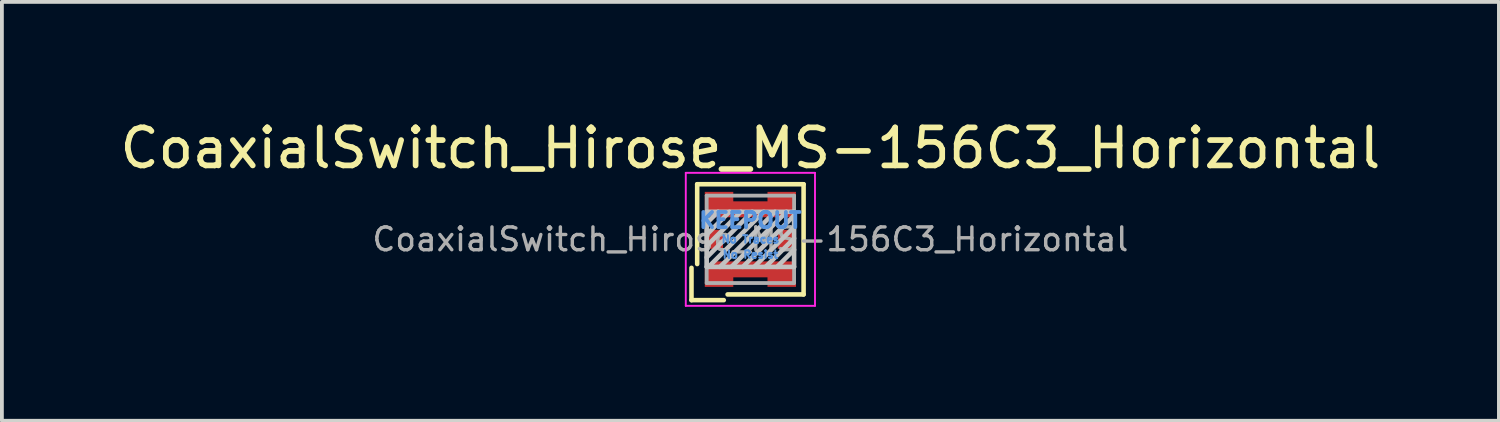
<source format=kicad_pcb>
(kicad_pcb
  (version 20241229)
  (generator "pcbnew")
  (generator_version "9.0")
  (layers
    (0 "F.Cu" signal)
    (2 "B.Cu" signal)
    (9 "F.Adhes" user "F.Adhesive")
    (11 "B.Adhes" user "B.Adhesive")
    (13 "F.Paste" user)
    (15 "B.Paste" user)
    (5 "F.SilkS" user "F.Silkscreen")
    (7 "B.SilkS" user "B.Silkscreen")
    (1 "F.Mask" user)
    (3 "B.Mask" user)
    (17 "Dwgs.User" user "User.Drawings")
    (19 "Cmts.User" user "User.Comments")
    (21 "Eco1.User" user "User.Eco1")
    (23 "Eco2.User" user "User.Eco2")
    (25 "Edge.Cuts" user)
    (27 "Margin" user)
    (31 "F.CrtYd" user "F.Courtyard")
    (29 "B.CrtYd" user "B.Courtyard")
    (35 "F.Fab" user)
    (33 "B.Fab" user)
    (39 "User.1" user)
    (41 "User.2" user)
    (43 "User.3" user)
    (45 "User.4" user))
  (footprint "CoaxialSwitch_Hirose_MS-156C3_Horizontal"
    (layer "F.Cu")
    (at 16.696 3.248)
    (property "Reference" "CoaxialSwitch_Hirose_MS-156C3_Horizontal" (at 0 -2.4 180) (layer "F.SilkS") (effects (font (size 1 1) (thickness 0.15))))
    (attr smd)
    (fp_line (start -1.55 0.75) (end -1.55 1.6) (stroke (width 0.12) (type solid)) (layer "F.SilkS"))
    (fp_line (start -1.55 1.6) (end -0.7 1.6) (stroke (width 0.12) (type solid)) (layer "F.SilkS"))
    (fp_line (start -1.4 -1.45) (end -1.4 0.65) (stroke (width 0.12) (type solid)) (layer "F.SilkS"))
    (fp_line (start -1.4 -1.45) (end 1.4 -1.45) (stroke (width 0.12) (type solid)) (layer "F.SilkS"))
    (fp_line (start 1.4 -1.45) (end 1.4 1.45) (stroke (width 0.12) (type solid)) (layer "F.SilkS"))
    (fp_line (start 1.4 1.45) (end -0.6 1.45) (stroke (width 0.12) (type solid)) (layer "F.SilkS"))
    (fp_line (start -1.15 -0.725) (end 1.15 -0.725) (stroke (width 0.12) (type solid)) (layer "Dwgs.User"))
    (fp_line (start -1.15 0.725) (end -1.15 -0.725) (stroke (width 0.12) (type solid)) (layer "Dwgs.User"))
    (fp_line (start -0.85 -0.725) (end -1.15 -0.425) (stroke (width 0.12) (type solid)) (layer "Dwgs.User"))
    (fp_line (start -0.55 -0.725) (end -1.15 -0.125) (stroke (width 0.12) (type solid)) (layer "Dwgs.User"))
    (fp_line (start -0.25 -0.725) (end -1.15 0.175) (stroke (width 0.12) (type solid)) (layer "Dwgs.User"))
    (fp_line (start 0.05 -0.725) (end -1.15 0.475) (stroke (width 0.12) (type solid)) (layer "Dwgs.User"))
    (fp_line (start 0.35 -0.725) (end -1.1 0.725) (stroke (width 0.12) (type solid)) (layer "Dwgs.User"))
    (fp_line (start 0.65 -0.725) (end -0.8 0.725) (stroke (width 0.12) (type solid)) (layer "Dwgs.User"))
    (fp_line (start 0.95 -0.725) (end -0.5 0.725) (stroke (width 0.12) (type solid)) (layer "Dwgs.User"))
    (fp_line (start 1.15 -0.725) (end 1.15 0.725) (stroke (width 0.12) (type solid)) (layer "Dwgs.User"))
    (fp_line (start 1.15 -0.625) (end -0.2 0.725) (stroke (width 0.12) (type solid)) (layer "Dwgs.User"))
    (fp_line (start 1.15 -0.325) (end 0.1 0.725) (stroke (width 0.12) (type solid)) (layer "Dwgs.User"))
    (fp_line (start 1.15 -0.025) (end 0.4 0.725) (stroke (width 0.12) (type solid)) (layer "Dwgs.User"))
    (fp_line (start 1.15 0.275) (end 0.7 0.725) (stroke (width 0.12) (type solid)) (layer "Dwgs.User"))
    (fp_line (start 1.15 0.725) (end -1.15 0.725) (stroke (width 0.12) (type solid)) (layer "Dwgs.User"))
    (fp_line (start -1.7 -1.75) (end 1.7 -1.75) (stroke (width 0.05) (type solid)) (layer "F.CrtYd"))
    (fp_line (start -1.7 1.75) (end -1.7 -1.75) (stroke (width 0.05) (type solid)) (layer "F.CrtYd"))
    (fp_line (start 1.7 -1.75) (end 1.7 1.75) (stroke (width 0.05) (type solid)) (layer "F.CrtYd"))
    (fp_line (start 1.7 1.75) (end -1.7 1.75) (stroke (width 0.05) (type solid)) (layer "F.CrtYd"))
    (fp_line (start -1.15 -1.15) (end 1.15 -1.15) (stroke (width 0.1) (type solid)) (layer "F.Fab"))
    (fp_line (start -1.15 1.15) (end -1.15 -1.15) (stroke (width 0.1) (type solid)) (layer "F.Fab"))
    (fp_line (start 1.15 -1.15) (end 1.15 1.15) (stroke (width 0.1) (type solid)) (layer "F.Fab"))
    (fp_line (start 1.15 1.15) (end -1.15 1.15) (stroke (width 0.1) (type solid)) (layer "F.Fab"))
    (fp_text user "KEEPOUT" (at 0 -0.5 0) (layer "Cmts.User") (effects (font (size 0.4 0.4) (thickness 0.1))))
    (fp_text user "No Traces" (at 0 0 0) (layer "Cmts.User") (effects (font (size 0.2 0.2) (thickness 0.05))))
    (fp_text user "No Resist" (at 0 0.4 0) (layer "Cmts.User") (effects (font (size 0.2 0.2) (thickness 0.05))))
    (fp_text user "${REFERENCE}" (at 0 0 0) (layer "F.Fab") (effects (font (size 0.6 0.6) (thickness 0.09))))
    (pad "" smd rect (at -1 0 180) (size 0.3 0.4) (layers "F.Paste"))
    (pad "" smd rect (at -0.7 -1 180) (size 0.4 0.4) (layers "F.Paste"))
    (pad "" smd rect (at -0.7 1 180) (size 0.4 0.4) (layers "F.Paste"))
    (pad "" smd rect (at 0 -0.8 180) (size 0.5 0.3) (layers "F.Paste"))
    (pad "" smd rect (at 0 0.8 180) (size 0.5 0.3) (layers "F.Paste"))
    (pad "" smd rect (at 0.7 -1 180) (size 0.4 0.4) (layers "F.Paste"))
    (pad "" smd rect (at 0.7 1 180) (size 0.4 0.4) (layers "F.Paste"))
    (pad "" smd rect (at 1 0 180) (size 0.3 0.4) (layers "F.Paste"))
    (pad "1" smd rect (at -0.96 0) (size 0.48 0.5) (layers "F.Cu" "F.Mask"))
    (pad "2" smd rect (at 0.96 0) (size 0.48 0.5) (layers "F.Cu" "F.Mask"))
    (pad "G" smd custom (at 0 -0.815) (size 0.35 0.35) (layers "F.Cu" "F.Mask") (options (anchor rect)) (primitives (gr_poly (pts (xy -1.2 -0.435) (xy -0.45 -0.435) (xy -0.45 -0.185) (xy 0.45 -0.185) (xy 0.45 -0.435) (xy 1.2 -0.435) (xy 1.2 0.235) (xy -1 0.235) (xy -1.2 0.035)) (width 0) (fill yes))))
    (pad "G" smd custom (at 0 0.815 180) (size 0.35 0.35) (layers "F.Cu" "F.Mask") (options (anchor rect)) (primitives (gr_poly (pts (xy 1.2 -0.435) (xy 0.45 -0.435) (xy 0.45 -0.185) (xy -0.45 -0.185) (xy -0.45 -0.435) (xy -1.2 -0.435) (xy -1.2 0.235) (xy 1 0.235) (xy 1.2 0.035)) (width 0) (fill yes)))))
  (gr_rect
    (start -3 -3)
    (end 36.393 8.023)
    (stroke (width 0.1) (type default))
    (fill no)
    (layer "Edge.Cuts")))
</source>
